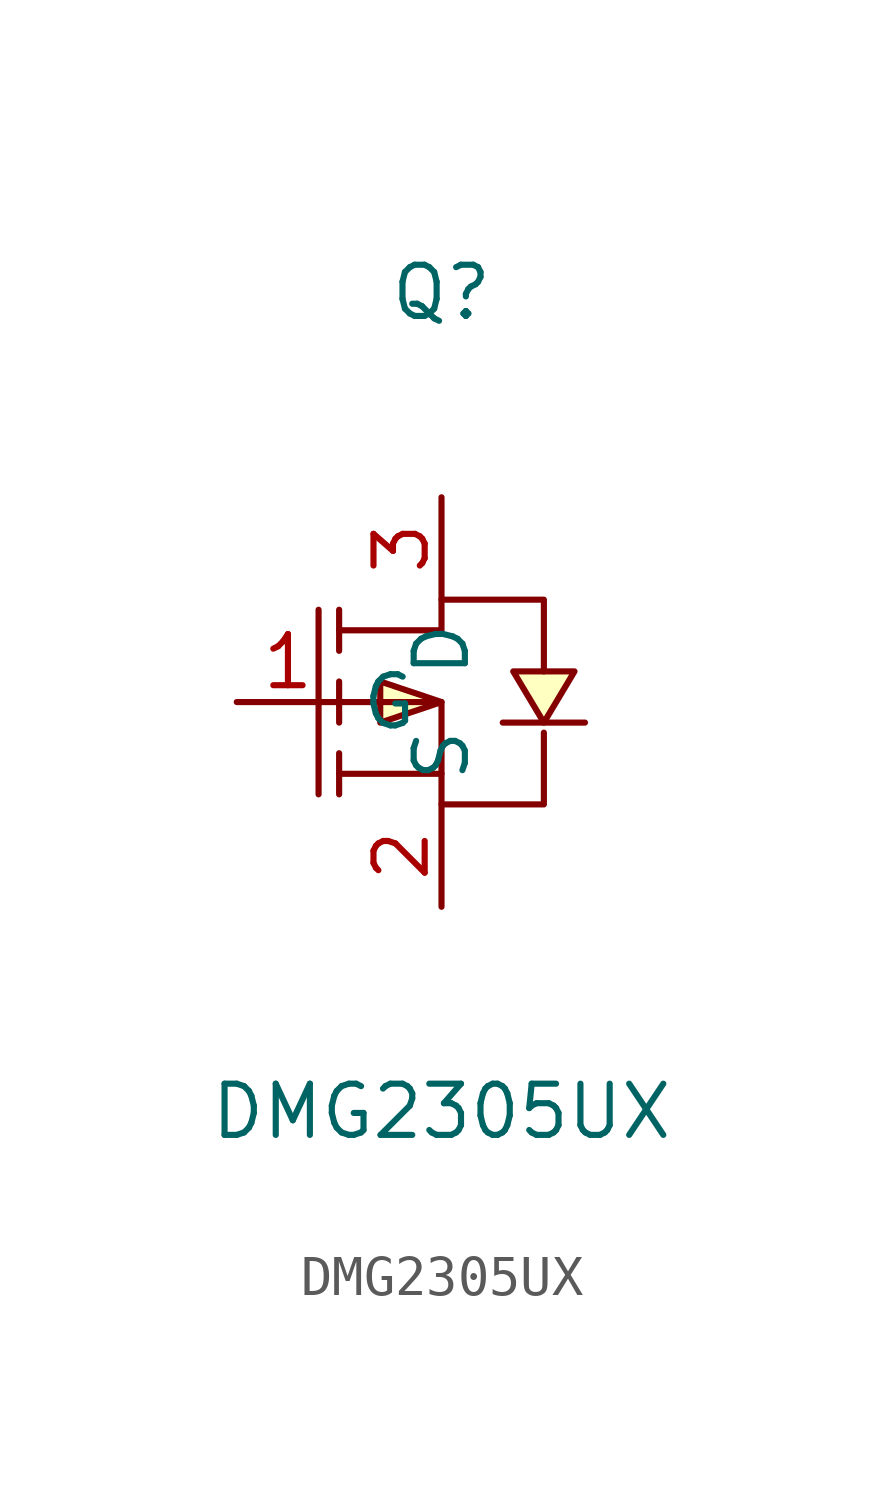
<source format=kicad_sym>
(kicad_symbol_lib
  (version 20220914)
  (generator kicad_symbol_editor)
  (symbol "DMG2305UX"
    (property "Reference" "Q"
      (at 0 10.16 0)
      (effects (font (size 1.27 1.27))))
    (property "Value" "DMG2305UX"
      (at 0 -10.16 0)
      (effects (font (size 1.27 1.27))))
    (symbol "DMG2305UX_0_1"
      (polyline (pts (xy -3.05 2.29) (xy -3.05 -2.29)) (stroke (width 0) (type default)) (fill (type none)))
      (polyline (pts (xy -2.54 -2.29) (xy -2.54 -1.27)) (stroke (width 0) (type default)) (fill (type none)))
      (polyline (pts (xy -2.54 -0.51) (xy -2.54 0.51)) (stroke (width 0) (type default)) (fill (type none)))
      (polyline (pts (xy -2.54 2.29) (xy -2.54 1.27)) (stroke (width 0) (type default)) (fill (type none)))
      (polyline (pts (xy 0 -1.78) (xy -2.54 -1.78)) (stroke (width 0) (type default)) (fill (type none)))
      (polyline (pts (xy 0 0) (xy -1.52 0.51) (xy -1.52 -0.51) (xy 0 0)) (stroke (width 0) (type default)) (fill (type background)))
      (polyline (pts (xy 1.52 -0.51) (xy 2.03 -0.51) (xy 3.05 -0.51) (xy 3.56 -0.51)) (stroke (width 0) (type default)) (fill (type none)))
      (polyline (pts (xy 2.54 -0.51) (xy 3.3 0.76) (xy 1.78 0.76) (xy 2.54 -0.51)) (stroke (width 0) (type default)) (fill (type background)))
      (polyline (pts (xy -2.54 0) (xy 0 0) (xy 0 -2.54) (xy 2.54 -2.54) (xy 2.54 -0.76)) (stroke (width 0) (type default)) (fill (type none)))
      (polyline (pts (xy -2.54 1.78) (xy 0 1.78) (xy 0 2.54) (xy 2.54 2.54) (xy 2.54 0.76)) (stroke (width 0) (type default)) (fill (type none))))
    (symbol "DMG2305UX_1_1"
      (pin input line (at -5.08 0 0) (length 2.54) (name "G" (effects (font (size 1.27 1.27)))) (number "1" (effects (font (size 1.27 1.27)))))
      (pin power_out line (at 0 -5.08 90) (length 2.54) (name "S" (effects (font (size 1.27 1.27)))) (number "2" (effects (font (size 1.27 1.27)))))
      (pin power_in line (at 0 5.08 270) (length 2.54) (name "D" (effects (font (size 1.27 1.27)))) (number "3" (effects (font (size 1.27 1.27))))))))
</source>
